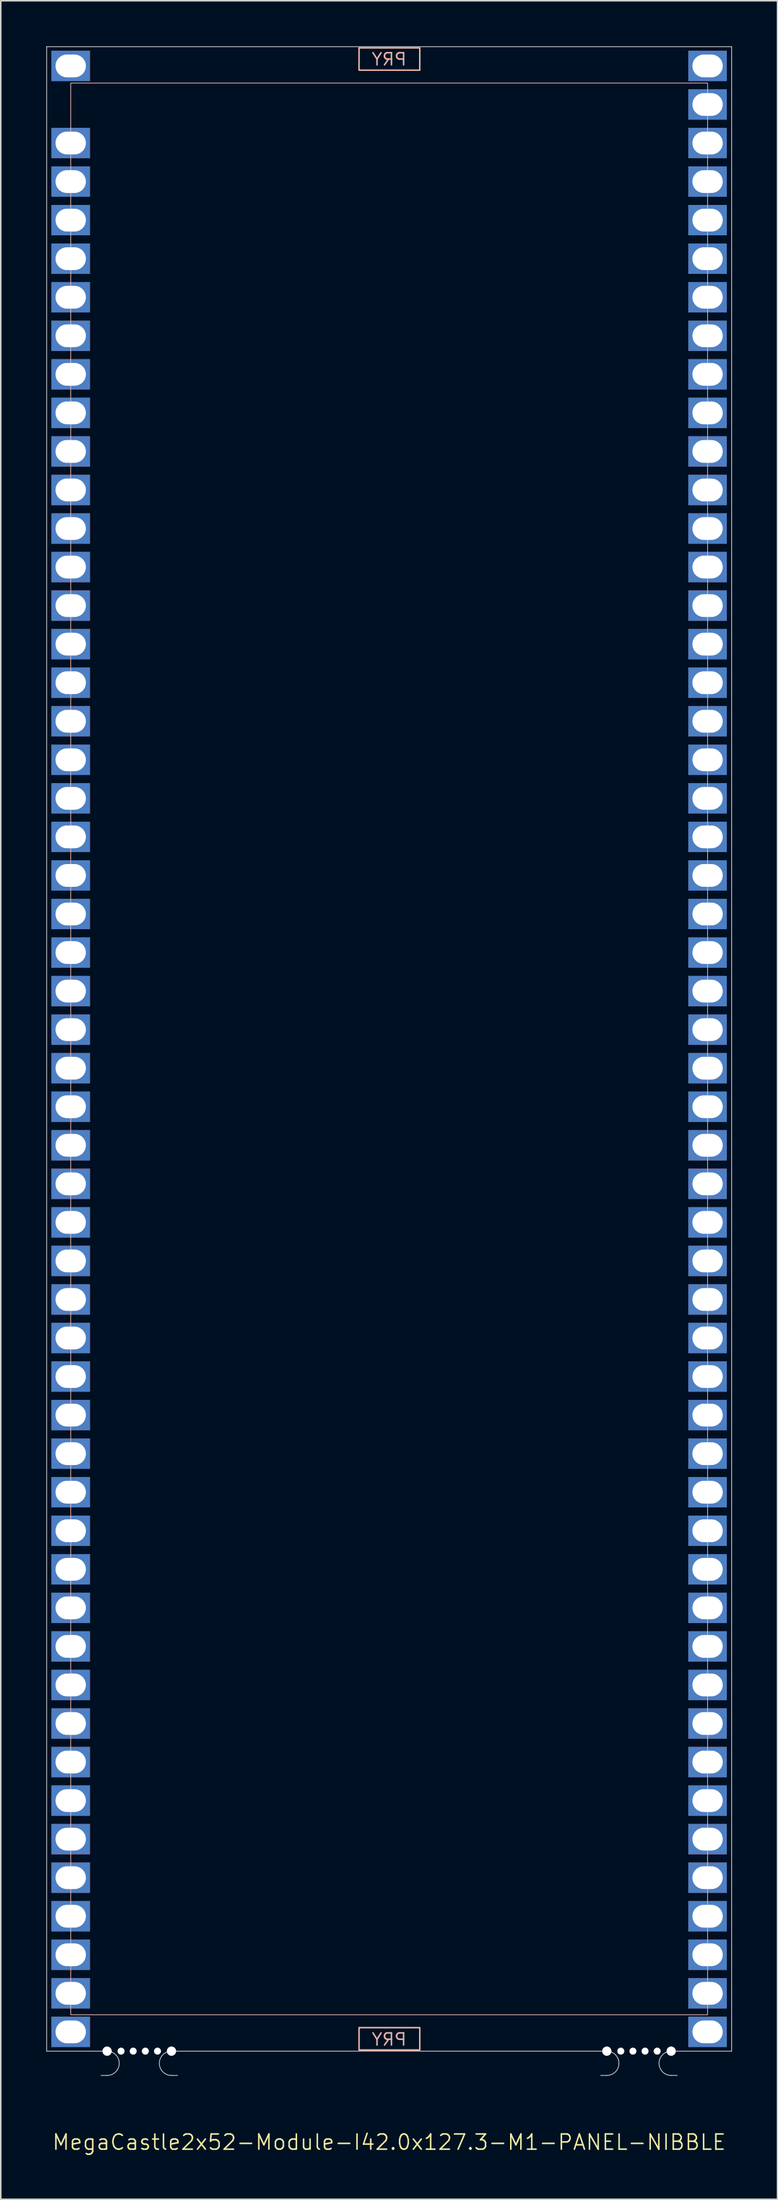
<source format=kicad_pcb>
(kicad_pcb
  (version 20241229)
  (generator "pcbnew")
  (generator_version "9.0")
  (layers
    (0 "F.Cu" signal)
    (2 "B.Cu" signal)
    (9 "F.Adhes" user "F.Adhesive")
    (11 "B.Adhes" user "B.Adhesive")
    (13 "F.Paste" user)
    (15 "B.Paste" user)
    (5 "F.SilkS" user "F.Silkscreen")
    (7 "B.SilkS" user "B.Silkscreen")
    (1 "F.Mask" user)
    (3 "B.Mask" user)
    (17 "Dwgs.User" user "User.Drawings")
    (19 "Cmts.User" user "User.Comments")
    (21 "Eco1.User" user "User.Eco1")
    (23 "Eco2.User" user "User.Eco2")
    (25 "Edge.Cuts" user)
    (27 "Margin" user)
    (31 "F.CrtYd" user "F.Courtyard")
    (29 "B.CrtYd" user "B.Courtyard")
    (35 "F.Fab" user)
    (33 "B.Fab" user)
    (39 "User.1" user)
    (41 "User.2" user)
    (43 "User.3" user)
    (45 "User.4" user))
  (footprint "MegaCastle2x52-Module-I42.0x127.3-M1-PANEL-NIBBLE"
    (layer "F.Cu")
    (at 22.613 66.065)
    (property "Reference" "MegaCastle2x52-Module-I42.0x127.3-M1-PANEL-NIBBLE" (at 0 72.04 0) (unlocked yes) (layer "F.SilkS") (effects (font (size 1 1) (thickness 0.1))))
    (attr smd)
    (fp_rect (start -21 63.64) (end 21 -63.64) (stroke (width 0.05) (type default)) (fill no) (layer "B.SilkS"))
    (fp_rect (start -1.984 -64.491) (end 2.02 -65.96) (stroke (width 0.1) (type default)) (fill no) (layer "B.SilkS"))
    (fp_rect (start -1.984 64.491) (end 2.02 65.96) (stroke (width 0.1) (type default)) (fill no) (layer "B.SilkS"))
    (fp_line (start -22.587 -66.04) (end -22.587 66.04) (stroke (width 0.05) (type default)) (layer "Edge.Cuts"))
    (fp_line (start -22.587 -66.04) (end 22.587 -66.04) (stroke (width 0.05) (type default)) (layer "Edge.Cuts"))
    (fp_line (start -22.587 66.04) (end -19 66.04) (stroke (width 0.05) (type default)) (layer "Edge.Cuts"))
    (fp_line (start -19 66.04) (end -18.6 66.04) (stroke (width 0.05) (type default)) (layer "Edge.Cuts"))
    (fp_line (start -19 67.64) (end -18.6 67.64) (stroke (width 0.05) (type default)) (layer "Edge.Cuts"))
    (fp_line (start -13.955 66.04) (end -14.355 66.04) (stroke (width 0.05) (type default)) (layer "Edge.Cuts"))
    (fp_line (start -13.955 66.04) (end 13.955 66.04) (stroke (width 0.05) (type default)) (layer "Edge.Cuts"))
    (fp_line (start -13.955 67.64) (end -14.355 67.64) (stroke (width 0.05) (type default)) (layer "Edge.Cuts"))
    (fp_line (start 13.955 66.04) (end 14.355 66.04) (stroke (width 0.05) (type default)) (layer "Edge.Cuts"))
    (fp_line (start 13.955 67.64) (end 14.355 67.64) (stroke (width 0.05) (type default)) (layer "Edge.Cuts"))
    (fp_line (start 19 66.04) (end 18.6 66.04) (stroke (width 0.05) (type default)) (layer "Edge.Cuts"))
    (fp_line (start 19 66.04) (end 22.587 66.04) (stroke (width 0.05) (type default)) (layer "Edge.Cuts"))
    (fp_line (start 19 67.64) (end 18.6 67.64) (stroke (width 0.05) (type default)) (layer "Edge.Cuts"))
    (fp_line (start 22.587 -66.04) (end 22.587 66.04) (stroke (width 0.05) (type default)) (layer "Edge.Cuts"))
    (fp_arc (start -18.6 66.040001) (mid -17.799999 66.839996) (end -18.6 67.639999) (stroke (width 0.05) (type default)) (layer "Edge.Cuts"))
    (fp_arc (start -14.355 67.639999) (mid -15.155 66.84) (end -14.355 66.040001) (stroke (width 0.05) (type default)) (layer "Edge.Cuts"))
    (fp_arc (start 14.355001 66.040001) (mid 15.155002 66.839996) (end 14.355001 67.639999) (stroke (width 0.05) (type default)) (layer "Edge.Cuts"))
    (fp_arc (start 18.600002 67.639999) (mid 17.800001 66.84) (end 18.600002 66.040001) (stroke (width 0.05) (type default)) (layer "Edge.Cuts"))
    (fp_text user "PRY" (at 0 65.74 0) (unlocked yes) (layer "B.SilkS") (effects (font (size 0.8 0.8) (thickness 0.1)) (justify bottom mirror)))
    (fp_text user "PRY" (at 0 -64.74 0) (unlocked yes) (layer "B.SilkS") (effects (font (size 0.8 0.8) (thickness 0.1)) (justify bottom mirror)))
    (pad "" np_thru_hole circle (at -18.6 66.04) (size 0.6 0.6) (drill 0.6) (layers "*.Cu" "Edge.Cuts"))
    (pad "" np_thru_hole circle (at -17.677 66.04) (size 0.45 0.45) (drill 0.45) (layers "*.Cu" "Edge.Cuts"))
    (pad "" np_thru_hole circle (at -16.878 66.04) (size 0.45 0.45) (drill 0.45) (layers "*.Cu" "Edge.Cuts"))
    (pad "" np_thru_hole circle (at -16.077 66.04) (size 0.45 0.45) (drill 0.45) (layers "*.Cu" "Edge.Cuts"))
    (pad "" np_thru_hole circle (at -15.277 66.04) (size 0.45 0.45) (drill 0.45) (layers "*.Cu" "Edge.Cuts"))
    (pad "" np_thru_hole circle (at -14.355 66.04) (size 0.6 0.6) (drill 0.6) (layers "*.Cu" "Edge.Cuts"))
    (pad "" np_thru_hole circle (at 14.355 66.04) (size 0.6 0.6) (drill 0.6) (layers "*.Cu" "Edge.Cuts"))
    (pad "" np_thru_hole circle (at 15.278 66.04) (size 0.45 0.45) (drill 0.45) (layers "*.Cu" "Edge.Cuts"))
    (pad "" np_thru_hole circle (at 16.078 66.04) (size 0.45 0.45) (drill 0.45) (layers "*.Cu" "Edge.Cuts"))
    (pad "" np_thru_hole circle (at 16.878 66.04) (size 0.45 0.45) (drill 0.45) (layers "*.Cu" "Edge.Cuts"))
    (pad "" np_thru_hole circle (at 17.678 66.04) (size 0.45 0.45) (drill 0.45) (layers "*.Cu" "Edge.Cuts"))
    (pad "" np_thru_hole circle (at 18.6 66.04) (size 0.6 0.6) (drill 0.6) (layers "*.Cu" "Edge.Cuts"))
    (pad "1" thru_hole rect (at -21 -64.77) (size 2.54 2) (drill oval 2 1.5) (property pad_prop_castellated) (layers "*.Cu" "*.Mask"))
    (pad "3" thru_hole rect (at -21 -59.69) (size 2.54 2) (drill oval 2 1.5) (property pad_prop_castellated) (layers "*.Cu" "*.Mask"))
    (pad "4" thru_hole rect (at -21 -57.15) (size 2.54 2) (drill oval 2 1.5) (property pad_prop_castellated) (layers "*.Cu" "*.Mask"))
    (pad "5" thru_hole rect (at -21 -54.61) (size 2.54 2) (drill oval 2 1.5) (property pad_prop_castellated) (layers "*.Cu" "*.Mask"))
    (pad "6" thru_hole rect (at -21 -52.07) (size 2.54 2) (drill oval 2 1.5) (property pad_prop_castellated) (layers "*.Cu" "*.Mask"))
    (pad "7" thru_hole rect (at -21 -49.53) (size 2.54 2) (drill oval 2 1.5) (property pad_prop_castellated) (layers "*.Cu" "*.Mask"))
    (pad "8" thru_hole rect (at -21 -46.99) (size 2.54 2) (drill oval 2 1.5) (property pad_prop_castellated) (layers "*.Cu" "*.Mask"))
    (pad "9" thru_hole rect (at -21 -44.45) (size 2.54 2) (drill oval 2 1.5) (property pad_prop_castellated) (layers "*.Cu" "*.Mask"))
    (pad "10" thru_hole rect (at -21 -41.91) (size 2.54 2) (drill oval 2 1.5) (property pad_prop_castellated) (layers "*.Cu" "*.Mask"))
    (pad "11" thru_hole rect (at -21 -39.37) (size 2.54 2) (drill oval 2 1.5) (property pad_prop_castellated) (layers "*.Cu" "*.Mask"))
    (pad "12" thru_hole rect (at -21 -36.83) (size 2.54 2) (drill oval 2 1.5) (property pad_prop_castellated) (layers "*.Cu" "*.Mask"))
    (pad "13" thru_hole rect (at -21 -34.29) (size 2.54 2) (drill oval 2 1.5) (property pad_prop_castellated) (layers "*.Cu" "*.Mask"))
    (pad "14" thru_hole rect (at -21 -31.75) (size 2.54 2) (drill oval 2 1.5) (property pad_prop_castellated) (layers "*.Cu" "*.Mask"))
    (pad "15" thru_hole rect (at -21 -29.21) (size 2.54 2) (drill oval 2 1.5) (property pad_prop_castellated) (layers "*.Cu" "*.Mask"))
    (pad "16" thru_hole rect (at -21 -26.67) (size 2.54 2) (drill oval 2 1.5) (property pad_prop_castellated) (layers "*.Cu" "*.Mask"))
    (pad "17" thru_hole rect (at -21 -24.13) (size 2.54 2) (drill oval 2 1.5) (property pad_prop_castellated) (layers "*.Cu" "*.Mask"))
    (pad "18" thru_hole rect (at -21 -21.59) (size 2.54 2) (drill oval 2 1.5) (property pad_prop_castellated) (layers "*.Cu" "*.Mask"))
    (pad "19" thru_hole rect (at -21 -19.05) (size 2.54 2) (drill oval 2 1.5) (property pad_prop_castellated) (layers "*.Cu" "*.Mask"))
    (pad "20" thru_hole rect (at -21 -16.51) (size 2.54 2) (drill oval 2 1.5) (property pad_prop_castellated) (layers "*.Cu" "*.Mask"))
    (pad "21" thru_hole rect (at -21 -13.97) (size 2.54 2) (drill oval 2 1.5) (property pad_prop_castellated) (layers "*.Cu" "*.Mask"))
    (pad "22" thru_hole rect (at -21 -11.43) (size 2.54 2) (drill oval 2 1.5) (property pad_prop_castellated) (layers "*.Cu" "*.Mask"))
    (pad "23" thru_hole rect (at -21 -8.89) (size 2.54 2) (drill oval 2 1.5) (property pad_prop_castellated) (layers "*.Cu" "*.Mask"))
    (pad "24" thru_hole rect (at -21 -6.35) (size 2.54 2) (drill oval 2 1.5) (property pad_prop_castellated) (layers "*.Cu" "*.Mask"))
    (pad "25" thru_hole rect (at -21 -3.81) (size 2.54 2) (drill oval 2 1.5) (property pad_prop_castellated) (layers "*.Cu" "*.Mask"))
    (pad "26" thru_hole rect (at -21 -1.27) (size 2.54 2) (drill oval 2 1.5) (property pad_prop_castellated) (layers "*.Cu" "*.Mask"))
    (pad "27" thru_hole rect (at -21 1.27) (size 2.54 2) (drill oval 2 1.5) (property pad_prop_castellated) (layers "*.Cu" "*.Mask"))
    (pad "28" thru_hole rect (at -21 3.81) (size 2.54 2) (drill oval 2 1.5) (property pad_prop_castellated) (layers "*.Cu" "*.Mask"))
    (pad "29" thru_hole rect (at -21 6.35) (size 2.54 2) (drill oval 2 1.5) (property pad_prop_castellated) (layers "*.Cu" "*.Mask"))
    (pad "30" thru_hole rect (at -21 8.89) (size 2.54 2) (drill oval 2 1.5) (property pad_prop_castellated) (layers "*.Cu" "*.Mask"))
    (pad "31" thru_hole rect (at -21 11.43) (size 2.54 2) (drill oval 2 1.5) (property pad_prop_castellated) (layers "*.Cu" "*.Mask"))
    (pad "32" thru_hole rect (at -21 13.97) (size 2.54 2) (drill oval 2 1.5) (property pad_prop_castellated) (layers "*.Cu" "*.Mask"))
    (pad "33" thru_hole rect (at -21 16.51) (size 2.54 2) (drill oval 2 1.5) (property pad_prop_castellated) (layers "*.Cu" "*.Mask"))
    (pad "34" thru_hole rect (at -21 19.05) (size 2.54 2) (drill oval 2 1.5) (property pad_prop_castellated) (layers "*.Cu" "*.Mask"))
    (pad "35" thru_hole rect (at -21 21.59) (size 2.54 2) (drill oval 2 1.5) (property pad_prop_castellated) (layers "*.Cu" "*.Mask"))
    (pad "36" thru_hole rect (at -21 24.13) (size 2.54 2) (drill oval 2 1.5) (property pad_prop_castellated) (layers "*.Cu" "*.Mask"))
    (pad "37" thru_hole rect (at -21 26.67) (size 2.54 2) (drill oval 2 1.5) (property pad_prop_castellated) (layers "*.Cu" "*.Mask"))
    (pad "38" thru_hole rect (at -21 29.21) (size 2.54 2) (drill oval 2 1.5) (property pad_prop_castellated) (layers "*.Cu" "*.Mask"))
    (pad "39" thru_hole rect (at -21 31.75) (size 2.54 2) (drill oval 2 1.5) (property pad_prop_castellated) (layers "*.Cu" "*.Mask"))
    (pad "40" thru_hole rect (at -21 34.29) (size 2.54 2) (drill oval 2 1.5) (property pad_prop_castellated) (layers "*.Cu" "*.Mask"))
    (pad "41" thru_hole rect (at -21 36.83) (size 2.54 2) (drill oval 2 1.5) (property pad_prop_castellated) (layers "*.Cu" "*.Mask"))
    (pad "42" thru_hole rect (at -21 39.37) (size 2.54 2) (drill oval 2 1.5) (property pad_prop_castellated) (layers "*.Cu" "*.Mask"))
    (pad "43" thru_hole rect (at -21 41.91) (size 2.54 2) (drill oval 2 1.5) (property pad_prop_castellated) (layers "*.Cu" "*.Mask"))
    (pad "44" thru_hole rect (at -21 44.45) (size 2.54 2) (drill oval 2 1.5) (property pad_prop_castellated) (layers "*.Cu" "*.Mask"))
    (pad "45" thru_hole rect (at -21 46.99) (size 2.54 2) (drill oval 2 1.5) (property pad_prop_castellated) (layers "*.Cu" "*.Mask"))
    (pad "46" thru_hole rect (at -21 49.53) (size 2.54 2) (drill oval 2 1.5) (property pad_prop_castellated) (layers "*.Cu" "*.Mask"))
    (pad "47" thru_hole rect (at -21 52.07) (size 2.54 2) (drill oval 2 1.5) (property pad_prop_castellated) (layers "*.Cu" "*.Mask"))
    (pad "48" thru_hole rect (at -21 54.61) (size 2.54 2) (drill oval 2 1.5) (property pad_prop_castellated) (layers "*.Cu" "*.Mask"))
    (pad "49" thru_hole rect (at -21 57.15) (size 2.54 2) (drill oval 2 1.5) (property pad_prop_castellated) (layers "*.Cu" "*.Mask"))
    (pad "50" thru_hole rect (at -21 59.69) (size 2.54 2) (drill oval 2 1.5) (property pad_prop_castellated) (layers "*.Cu" "*.Mask"))
    (pad "51" thru_hole rect (at -21 62.23) (size 2.54 2) (drill oval 2 1.5) (property pad_prop_castellated) (layers "*.Cu" "*.Mask"))
    (pad "52" thru_hole rect (at -21 64.77) (size 2.54 2) (drill oval 2 1.5) (property pad_prop_castellated) (layers "*.Cu" "*.Mask"))
    (pad "53" thru_hole rect (at 21 -64.77) (size 2.54 2) (drill oval 2 1.5) (property pad_prop_castellated) (layers "*.Cu" "*.Mask"))
    (pad "54" thru_hole rect (at 21 -62.23) (size 2.54 2) (drill oval 2 1.5) (property pad_prop_castellated) (layers "*.Cu" "*.Mask"))
    (pad "55" thru_hole rect (at 21 -59.69) (size 2.54 2) (drill oval 2 1.5) (property pad_prop_castellated) (layers "*.Cu" "*.Mask"))
    (pad "56" thru_hole rect (at 21 -57.15) (size 2.54 2) (drill oval 2 1.5) (property pad_prop_castellated) (layers "*.Cu" "*.Mask"))
    (pad "57" thru_hole rect (at 21 -54.61) (size 2.54 2) (drill oval 2 1.5) (property pad_prop_castellated) (layers "*.Cu" "*.Mask"))
    (pad "58" thru_hole rect (at 21 -52.07) (size 2.54 2) (drill oval 2 1.5) (property pad_prop_castellated) (layers "*.Cu" "*.Mask"))
    (pad "59" thru_hole rect (at 21 -49.53) (size 2.54 2) (drill oval 2 1.5) (property pad_prop_castellated) (layers "*.Cu" "*.Mask"))
    (pad "60" thru_hole rect (at 21 -46.99) (size 2.54 2) (drill oval 2 1.5) (property pad_prop_castellated) (layers "*.Cu" "*.Mask"))
    (pad "61" thru_hole rect (at 21 -44.45) (size 2.54 2) (drill oval 2 1.5) (property pad_prop_castellated) (layers "*.Cu" "*.Mask"))
    (pad "62" thru_hole rect (at 21 -41.91) (size 2.54 2) (drill oval 2 1.5) (property pad_prop_castellated) (layers "*.Cu" "*.Mask"))
    (pad "63" thru_hole rect (at 21 -39.37) (size 2.54 2) (drill oval 2 1.5) (property pad_prop_castellated) (layers "*.Cu" "*.Mask"))
    (pad "64" thru_hole rect (at 21 -36.83) (size 2.54 2) (drill oval 2 1.5) (property pad_prop_castellated) (layers "*.Cu" "*.Mask"))
    (pad "65" thru_hole rect (at 21 -34.29) (size 2.54 2) (drill oval 2 1.5) (property pad_prop_castellated) (layers "*.Cu" "*.Mask"))
    (pad "66" thru_hole rect (at 21 -31.75) (size 2.54 2) (drill oval 2 1.5) (property pad_prop_castellated) (layers "*.Cu" "*.Mask"))
    (pad "67" thru_hole rect (at 21 -29.21) (size 2.54 2) (drill oval 2 1.5) (property pad_prop_castellated) (layers "*.Cu" "*.Mask"))
    (pad "68" thru_hole rect (at 21 -26.67) (size 2.54 2) (drill oval 2 1.5) (property pad_prop_castellated) (layers "*.Cu" "*.Mask"))
    (pad "69" thru_hole rect (at 21 -24.13) (size 2.54 2) (drill oval 2 1.5) (property pad_prop_castellated) (layers "*.Cu" "*.Mask"))
    (pad "70" thru_hole rect (at 21 -21.59) (size 2.54 2) (drill oval 2 1.5) (property pad_prop_castellated) (layers "*.Cu" "*.Mask"))
    (pad "71" thru_hole rect (at 21 -19.05) (size 2.54 2) (drill oval 2 1.5) (property pad_prop_castellated) (layers "*.Cu" "*.Mask"))
    (pad "72" thru_hole rect (at 21 -16.51) (size 2.54 2) (drill oval 2 1.5) (property pad_prop_castellated) (layers "*.Cu" "*.Mask"))
    (pad "73" thru_hole rect (at 21 -13.97) (size 2.54 2) (drill oval 2 1.5) (property pad_prop_castellated) (layers "*.Cu" "*.Mask"))
    (pad "74" thru_hole rect (at 21 -11.43) (size 2.54 2) (drill oval 2 1.5) (property pad_prop_castellated) (layers "*.Cu" "*.Mask"))
    (pad "75" thru_hole rect (at 21 -8.89) (size 2.54 2) (drill oval 2 1.5) (property pad_prop_castellated) (layers "*.Cu" "*.Mask"))
    (pad "76" thru_hole rect (at 21 -6.35) (size 2.54 2) (drill oval 2 1.5) (property pad_prop_castellated) (layers "*.Cu" "*.Mask"))
    (pad "77" thru_hole rect (at 21 -3.81) (size 2.54 2) (drill oval 2 1.5) (property pad_prop_castellated) (layers "*.Cu" "*.Mask"))
    (pad "78" thru_hole rect (at 21 -1.27) (size 2.54 2) (drill oval 2 1.5) (property pad_prop_castellated) (layers "*.Cu" "*.Mask"))
    (pad "79" thru_hole rect (at 21 1.27) (size 2.54 2) (drill oval 2 1.5) (property pad_prop_castellated) (layers "*.Cu" "*.Mask"))
    (pad "80" thru_hole rect (at 21 3.81) (size 2.54 2) (drill oval 2 1.5) (property pad_prop_castellated) (layers "*.Cu" "*.Mask"))
    (pad "81" thru_hole rect (at 21 6.35) (size 2.54 2) (drill oval 2 1.5) (property pad_prop_castellated) (layers "*.Cu" "*.Mask"))
    (pad "82" thru_hole rect (at 21 8.89) (size 2.54 2) (drill oval 2 1.5) (property pad_prop_castellated) (layers "*.Cu" "*.Mask"))
    (pad "83" thru_hole rect (at 21 11.43) (size 2.54 2) (drill oval 2 1.5) (property pad_prop_castellated) (layers "*.Cu" "*.Mask"))
    (pad "84" thru_hole rect (at 21 13.97) (size 2.54 2) (drill oval 2 1.5) (property pad_prop_castellated) (layers "*.Cu" "*.Mask"))
    (pad "85" thru_hole rect (at 21 16.51) (size 2.54 2) (drill oval 2 1.5) (property pad_prop_castellated) (layers "*.Cu" "*.Mask"))
    (pad "86" thru_hole rect (at 21 19.05) (size 2.54 2) (drill oval 2 1.5) (property pad_prop_castellated) (layers "*.Cu" "*.Mask"))
    (pad "87" thru_hole rect (at 21 21.59) (size 2.54 2) (drill oval 2 1.5) (property pad_prop_castellated) (layers "*.Cu" "*.Mask"))
    (pad "88" thru_hole rect (at 21 24.13) (size 2.54 2) (drill oval 2 1.5) (property pad_prop_castellated) (layers "*.Cu" "*.Mask"))
    (pad "89" thru_hole rect (at 21 26.67) (size 2.54 2) (drill oval 2 1.5) (property pad_prop_castellated) (layers "*.Cu" "*.Mask"))
    (pad "90" thru_hole rect (at 21 29.21) (size 2.54 2) (drill oval 2 1.5) (property pad_prop_castellated) (layers "*.Cu" "*.Mask"))
    (pad "91" thru_hole rect (at 21 31.75) (size 2.54 2) (drill oval 2 1.5) (property pad_prop_castellated) (layers "*.Cu" "*.Mask"))
    (pad "92" thru_hole rect (at 21 34.29) (size 2.54 2) (drill oval 2 1.5) (property pad_prop_castellated) (layers "*.Cu" "*.Mask"))
    (pad "93" thru_hole rect (at 21 36.83) (size 2.54 2) (drill oval 2 1.5) (property pad_prop_castellated) (layers "*.Cu" "*.Mask"))
    (pad "94" thru_hole rect (at 21 39.37) (size 2.54 2) (drill oval 2 1.5) (property pad_prop_castellated) (layers "*.Cu" "*.Mask"))
    (pad "95" thru_hole rect (at 21 41.91) (size 2.54 2) (drill oval 2 1.5) (property pad_prop_castellated) (layers "*.Cu" "*.Mask"))
    (pad "96" thru_hole rect (at 21 44.45) (size 2.54 2) (drill oval 2 1.5) (property pad_prop_castellated) (layers "*.Cu" "*.Mask"))
    (pad "97" thru_hole rect (at 21 46.99) (size 2.54 2) (drill oval 2 1.5) (property pad_prop_castellated) (layers "*.Cu" "*.Mask"))
    (pad "98" thru_hole rect (at 21 49.53) (size 2.54 2) (drill oval 2 1.5) (property pad_prop_castellated) (layers "*.Cu" "*.Mask"))
    (pad "99" thru_hole rect (at 21 52.07) (size 2.54 2) (drill oval 2 1.5) (property pad_prop_castellated) (layers "*.Cu" "*.Mask"))
    (pad "100" thru_hole rect (at 21 54.61) (size 2.54 2) (drill oval 2 1.5) (property pad_prop_castellated) (layers "*.Cu" "*.Mask"))
    (pad "101" thru_hole rect (at 21 57.15) (size 2.54 2) (drill oval 2 1.5) (property pad_prop_castellated) (layers "*.Cu" "*.Mask"))
    (pad "102" thru_hole rect (at 21 59.69) (size 2.54 2) (drill oval 2 1.5) (property pad_prop_castellated) (layers "*.Cu" "*.Mask"))
    (pad "103" thru_hole rect (at 21 62.23) (size 2.54 2) (drill oval 2 1.5) (property pad_prop_castellated) (layers "*.Cu" "*.Mask"))
    (pad "104" thru_hole rect (at 21 64.77) (size 2.54 2) (drill oval 2 1.5) (property pad_prop_castellated) (layers "*.Cu" "*.Mask"))
    (zone (net_name "") (layer "B.Cu") (hatch edge 0.5) (connect_pads) (min_thickness 0.25) (filled_areas_thickness no) (keepout (tracks allowed) (vias allowed) (pads allowed) (copperpour allowed) (footprints not_allowed)) (placement (enabled no)) (fill) (polygon (pts (xy 1.613 132.105) (xy 1.613 0.025))))
    (zone (net_name "") (layer "B.Cu") (hatch edge 0.5) (connect_pads) (min_thickness 0.25) (filled_areas_thickness no) (keepout (tracks allowed) (vias allowed) (pads allowed) (copperpour allowed) (footprints not_allowed)) (placement (enabled no)) (fill) (polygon (pts (xy 43.612 132.105) (xy 43.612 0.025))))
    (zone (net_name "") (layer "B.Cu") (hatch edge 0.5) (connect_pads) (min_thickness 0.25) (filled_areas_thickness no) (keepout (tracks allowed) (vias allowed) (pads allowed) (copperpour allowed) (footprints not_allowed)) (placement (enabled no)) (fill) (polygon (pts (xy 1.613 0.025) (xy 1.613 2.425) (xy 43.612 2.425) (xy 43.612 0.025))))
    (zone (net_name "") (layer "B.Cu") (hatch edge 0.5) (connect_pads) (min_thickness 0.25) (filled_areas_thickness no) (keepout (tracks allowed) (vias allowed) (pads allowed) (copperpour allowed) (footprints not_allowed)) (placement (enabled no)) (fill) (polygon (pts (xy 1.613 132.105) (xy 1.613 129.705) (xy 43.612 129.705) (xy 43.612 132.105))))
    (zone (net_name "") (layer "B.Cu") (name "Upper Pry Zone") (hatch edge 0.5) (connect_pads) (min_thickness 0.25) (filled_areas_thickness no) (keepout (tracks not_allowed) (vias not_allowed) (pads not_allowed) (copperpour allowed) (footprints not_allowed)) (placement (enabled no)) (fill) (polygon (pts (xy 20.628 1.574) (xy 20.628 0.105) (xy 24.632 0.105) (xy 24.632 1.574))))
    (zone (net_name "") (layer "B.Cu") (name "Upper Pry Zone") (hatch edge 0.5) (connect_pads) (min_thickness 0.25) (filled_areas_thickness no) (keepout (tracks not_allowed) (vias not_allowed) (pads not_allowed) (copperpour allowed) (footprints not_allowed)) (placement (enabled no)) (fill) (polygon (pts (xy 20.628 130.556) (xy 20.628 132.025) (xy 24.632 132.025) (xy 24.632 130.556)))))
  (gr_rect
    (start -3 -3)
    (end 48.225 141.866)
    (stroke (width 0.1) (type default))
    (fill no)
    (layer "Edge.Cuts")))
</source>
